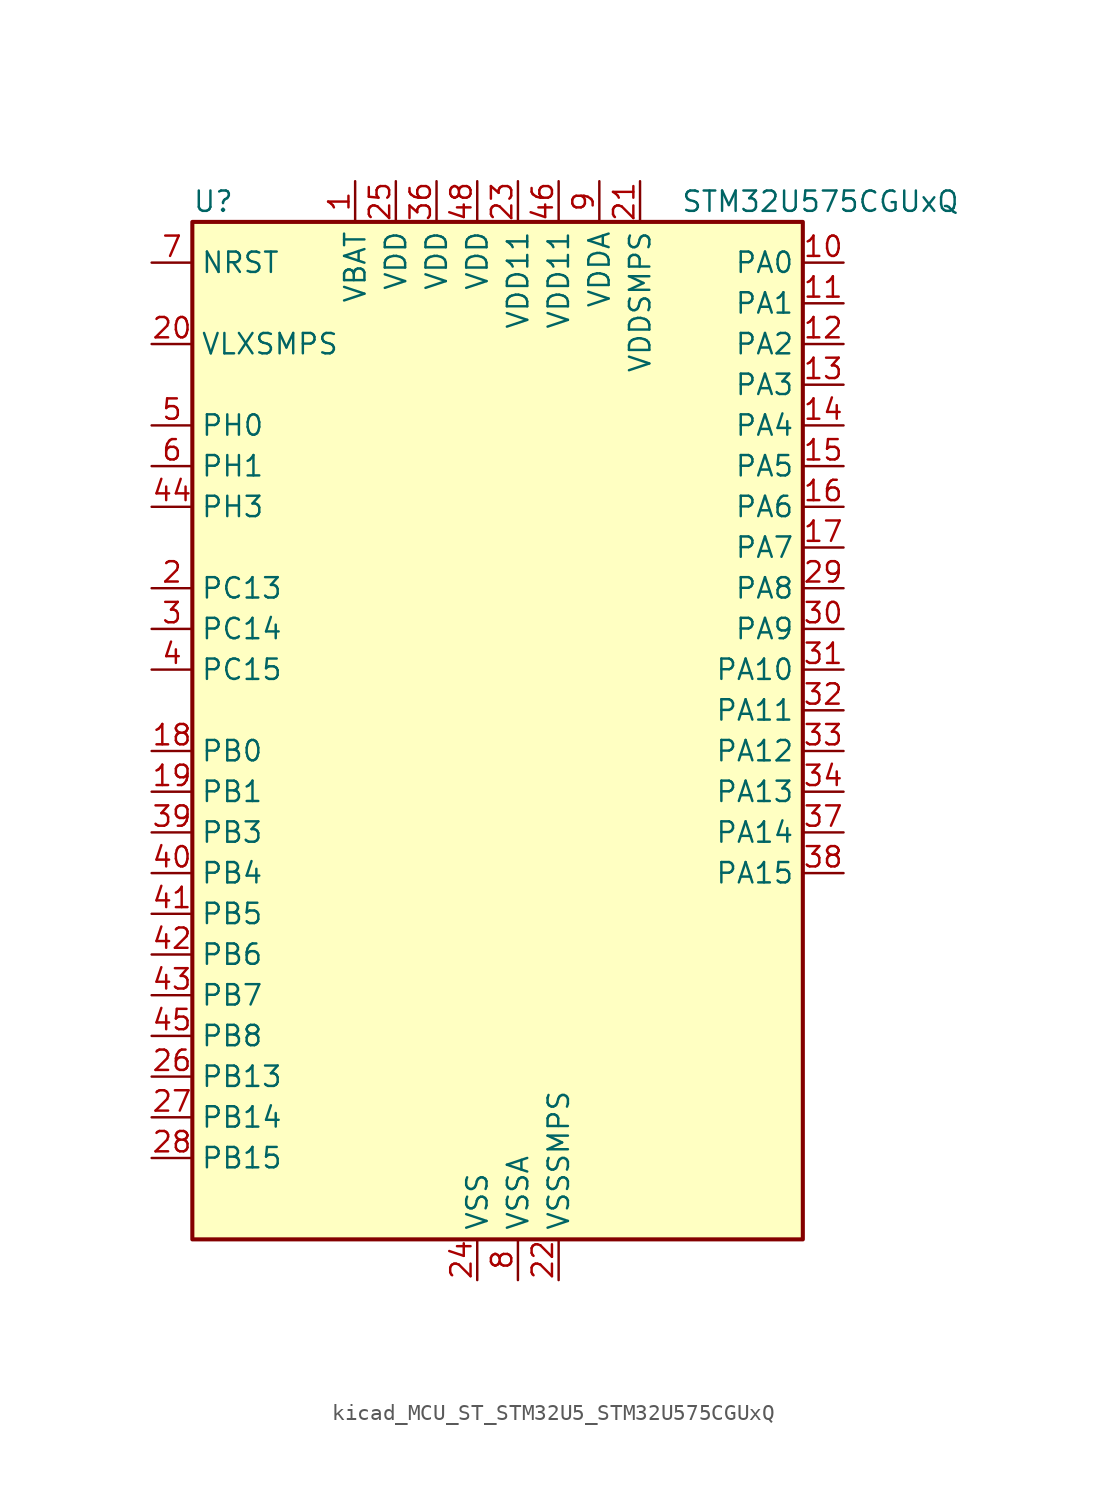
<source format=kicad_sym>
(kicad_symbol_lib
  (version 20220914)
  (generator kicad_symbol_editor)
  (symbol "kicad_MCU_ST_STM32U5_STM32U575CGUxQ"
    (property "Reference" "U"
      (at -17.78 34.29 0)
      (effects (font (size 1.27 1.27)) (justify left)))
    (property "Value" "STM32U575CGUxQ"
      (at 12.7 34.29 0)
      (effects (font (size 1.27 1.27)) (justify left)))
    (property "ki_locked" ""
      (at 0 0 0)
      (effects (font (size 1.27 1.27))))
    (symbol "kicad_MCU_ST_STM32U5_STM32U575CGUxQ_0_1"
      (rectangle (start -17.78 -30.48) (end 20.32 33.02) (stroke (width 0.254) (type default)) (fill (type background))))
    (symbol "kicad_MCU_ST_STM32U5_STM32U575CGUxQ_1_1"
      (pin power_in line (at -7.62 35.56 270) (length 2.54) (name "VBAT" (effects (font (size 1.27 1.27)))) (number "1" (effects (font (size 1.27 1.27)))))
      (pin bidirectional line (at 22.86 30.48 180) (length 2.54) (name "PA0" (effects (font (size 1.27 1.27)))) (number "10" (effects (font (size 1.27 1.27)))) (alternate "ADC1_IN5" bidirectional line) (alternate "AUDIOCLK" bidirectional line) (alternate "OCTOSPIM_P2_NCS" bidirectional line) (alternate "OPAMP1_VINP" bidirectional line) (alternate "PWR_WKUP1" bidirectional line) (alternate "SPI3_RDY" bidirectional line) (alternate "TAMP_IN2" bidirectional line) (alternate "TAMP_OUT1" bidirectional line) (alternate "TIM2_CH1" bidirectional line) (alternate "TIM2_ETR" bidirectional line) (alternate "TIM5_CH1" bidirectional line) (alternate "TIM8_ETR" bidirectional line) (alternate "UART4_TX" bidirectional line) (alternate "USART2_CTS" bidirectional line))
      (pin bidirectional line (at 22.86 27.94 180) (length 2.54) (name "PA1" (effects (font (size 1.27 1.27)))) (number "11" (effects (font (size 1.27 1.27)))) (alternate "ADC1_IN6" bidirectional line) (alternate "I2C1_SMBA" bidirectional line) (alternate "LPTIM1_CH2" bidirectional line) (alternate "OCTOSPIM_P1_DQS" bidirectional line) (alternate "OPAMP1_VINM" bidirectional line) (alternate "PWR_WKUP3" bidirectional line) (alternate "SPI1_SCK" bidirectional line) (alternate "TAMP_IN5" bidirectional line) (alternate "TAMP_OUT4" bidirectional line) (alternate "TIM15_CH1N" bidirectional line) (alternate "TIM2_CH2" bidirectional line) (alternate "TIM5_CH2" bidirectional line) (alternate "UART4_RX" bidirectional line) (alternate "USART2_DE" bidirectional line) (alternate "USART2_RTS" bidirectional line))
      (pin bidirectional line (at 22.86 25.4 180) (length 2.54) (name "PA2" (effects (font (size 1.27 1.27)))) (number "12" (effects (font (size 1.27 1.27)))) (alternate "ADC1_IN7" bidirectional line) (alternate "COMP1_INP" bidirectional line) (alternate "LPUART1_TX" bidirectional line) (alternate "OCTOSPIM_P1_NCS" bidirectional line) (alternate "PWR_WKUP4" bidirectional line) (alternate "RCC_LSCO" bidirectional line) (alternate "SPI1_RDY" bidirectional line) (alternate "TIM15_CH1" bidirectional line) (alternate "TIM2_CH3" bidirectional line) (alternate "TIM5_CH3" bidirectional line) (alternate "UCPD1_FRSTX1" bidirectional line) (alternate "USART2_TX" bidirectional line))
      (pin bidirectional line (at 22.86 22.86 180) (length 2.54) (name "PA3" (effects (font (size 1.27 1.27)))) (number "13" (effects (font (size 1.27 1.27)))) (alternate "ADC1_IN8" bidirectional line) (alternate "LPUART1_RX" bidirectional line) (alternate "OCTOSPIM_P1_CLK" bidirectional line) (alternate "OPAMP1_VOUT" bidirectional line) (alternate "PWR_WKUP5" bidirectional line) (alternate "SAI1_CK1" bidirectional line) (alternate "SAI1_MCLK_A" bidirectional line) (alternate "TIM15_CH2" bidirectional line) (alternate "TIM2_CH4" bidirectional line) (alternate "TIM5_CH4" bidirectional line) (alternate "USART2_RX" bidirectional line))
      (pin bidirectional line (at 22.86 20.32 180) (length 2.54) (name "PA4" (effects (font (size 1.27 1.27)))) (number "14" (effects (font (size 1.27 1.27)))) (alternate "ADC1_IN9" bidirectional line) (alternate "ADC4_IN9" bidirectional line) (alternate "DAC1_OUT1" bidirectional line) (alternate "LPTIM2_CH1" bidirectional line) (alternate "OCTOSPIM_P1_NCS" bidirectional line) (alternate "PWR_WKUP2" bidirectional line) (alternate "SAI1_FS_B" bidirectional line) (alternate "SPI1_NSS" bidirectional line) (alternate "SPI3_NSS" bidirectional line) (alternate "USART2_CK" bidirectional line))
      (pin bidirectional line (at 22.86 17.78 180) (length 2.54) (name "PA5" (effects (font (size 1.27 1.27)))) (number "15" (effects (font (size 1.27 1.27)))) (alternate "ADC1_IN10" bidirectional line) (alternate "ADC4_IN10" bidirectional line) (alternate "DAC1_OUT2" bidirectional line) (alternate "LPTIM2_ETR" bidirectional line) (alternate "PWR_CSLEEP" bidirectional line) (alternate "PWR_WKUP6" bidirectional line) (alternate "SPI1_SCK" bidirectional line) (alternate "TIM2_CH1" bidirectional line) (alternate "TIM2_ETR" bidirectional line) (alternate "TIM8_CH1N" bidirectional line) (alternate "USART3_RX" bidirectional line))
      (pin bidirectional line (at 22.86 15.24 180) (length 2.54) (name "PA6" (effects (font (size 1.27 1.27)))) (number "16" (effects (font (size 1.27 1.27)))) (alternate "ADC1_IN11" bidirectional line) (alternate "ADC4_IN11" bidirectional line) (alternate "LPUART1_CTS" bidirectional line) (alternate "OCTOSPIM_P1_IO3" bidirectional line) (alternate "OPAMP2_VINP" bidirectional line) (alternate "PWR_CDSTOP" bidirectional line) (alternate "PWR_WKUP7" bidirectional line) (alternate "SPI1_MISO" bidirectional line) (alternate "TIM16_CH1" bidirectional line) (alternate "TIM1_BKIN" bidirectional line) (alternate "TIM3_CH1" bidirectional line) (alternate "TIM8_BKIN" bidirectional line) (alternate "USART3_CTS" bidirectional line))
      (pin bidirectional line (at 22.86 12.7 180) (length 2.54) (name "PA7" (effects (font (size 1.27 1.27)))) (number "17" (effects (font (size 1.27 1.27)))) (alternate "ADC1_IN12" bidirectional line) (alternate "ADC4_IN20" bidirectional line) (alternate "I2C3_SCL" bidirectional line) (alternate "LPTIM2_CH2" bidirectional line) (alternate "OCTOSPIM_P1_IO2" bidirectional line) (alternate "OPAMP2_VINM" bidirectional line) (alternate "PWR_SRDSTOP" bidirectional line) (alternate "PWR_WKUP8" bidirectional line) (alternate "SPI1_MOSI" bidirectional line) (alternate "TIM17_CH1" bidirectional line) (alternate "TIM1_CH1N" bidirectional line) (alternate "TIM3_CH2" bidirectional line) (alternate "TIM8_CH1N" bidirectional line) (alternate "USART3_TX" bidirectional line))
      (pin bidirectional line (at -20.32 0 0) (length 2.54) (name "PB0" (effects (font (size 1.27 1.27)))) (number "18" (effects (font (size 1.27 1.27)))) (alternate "ADC1_IN15" bidirectional line) (alternate "ADC4_IN18" bidirectional line) (alternate "AUDIOCLK" bidirectional line) (alternate "COMP1_OUT" bidirectional line) (alternate "LPTIM3_CH1" bidirectional line) (alternate "OCTOSPIM_P1_IO1" bidirectional line) (alternate "OPAMP2_VOUT" bidirectional line) (alternate "SPI1_NSS" bidirectional line) (alternate "TIM1_CH2N" bidirectional line) (alternate "TIM3_CH3" bidirectional line) (alternate "TIM8_CH2N" bidirectional line) (alternate "USART3_CK" bidirectional line))
      (pin bidirectional line (at -20.32 -2.54 0) (length 2.54) (name "PB1" (effects (font (size 1.27 1.27)))) (number "19" (effects (font (size 1.27 1.27)))) (alternate "ADC1_IN16" bidirectional line) (alternate "ADC4_IN19" bidirectional line) (alternate "COMP1_INM" bidirectional line) (alternate "LPTIM2_IN1" bidirectional line) (alternate "LPTIM3_CH2" bidirectional line) (alternate "LPUART1_DE" bidirectional line) (alternate "LPUART1_RTS" bidirectional line) (alternate "MDF1_SDI0" bidirectional line) (alternate "OCTOSPIM_P1_IO0" bidirectional line) (alternate "PWR_WKUP4" bidirectional line) (alternate "TIM1_CH3N" bidirectional line) (alternate "TIM3_CH4" bidirectional line) (alternate "TIM8_CH3N" bidirectional line) (alternate "USART3_DE" bidirectional line) (alternate "USART3_RTS" bidirectional line))
      (pin bidirectional line (at -20.32 10.16 0) (length 2.54) (name "PC13" (effects (font (size 1.27 1.27)))) (number "2" (effects (font (size 1.27 1.27)))) (alternate "PWR_WKUP2" bidirectional line) (alternate "RTC_OUT1" bidirectional line) (alternate "RTC_TS" bidirectional line) (alternate "TAMP_IN1" bidirectional line) (alternate "TAMP_OUT2" bidirectional line))
      (pin power_in line (at -20.32 25.4 0) (length 2.54) (name "VLXSMPS" (effects (font (size 1.27 1.27)))) (number "20" (effects (font (size 1.27 1.27)))))
      (pin power_in line (at 10.16 35.56 270) (length 2.54) (name "VDDSMPS" (effects (font (size 1.27 1.27)))) (number "21" (effects (font (size 1.27 1.27)))))
      (pin power_in line (at 5.08 -33.02 90) (length 2.54) (name "VSSSMPS" (effects (font (size 1.27 1.27)))) (number "22" (effects (font (size 1.27 1.27)))))
      (pin power_in line (at 2.54 35.56 270) (length 2.54) (name "VDD11" (effects (font (size 1.27 1.27)))) (number "23" (effects (font (size 1.27 1.27)))))
      (pin power_in line (at 0 -33.02 90) (length 2.54) (name "VSS" (effects (font (size 1.27 1.27)))) (number "24" (effects (font (size 1.27 1.27)))))
      (pin power_in line (at -5.08 35.56 270) (length 2.54) (name "VDD" (effects (font (size 1.27 1.27)))) (number "25" (effects (font (size 1.27 1.27)))))
      (pin bidirectional line (at -20.32 -20.32 0) (length 2.54) (name "PB13" (effects (font (size 1.27 1.27)))) (number "26" (effects (font (size 1.27 1.27)))) (alternate "I2C2_SCL" bidirectional line) (alternate "LPTIM3_IN1" bidirectional line) (alternate "LPUART1_CTS" bidirectional line) (alternate "MDF1_CKI1" bidirectional line) (alternate "SPI2_SCK" bidirectional line) (alternate "TIM15_CH1N" bidirectional line) (alternate "TIM1_CH1N" bidirectional line) (alternate "TSC_G1_IO2" bidirectional line) (alternate "USART3_CTS" bidirectional line))
      (pin bidirectional line (at -20.32 -22.86 0) (length 2.54) (name "PB14" (effects (font (size 1.27 1.27)))) (number "27" (effects (font (size 1.27 1.27)))) (alternate "I2C2_SDA" bidirectional line) (alternate "LPTIM3_ETR" bidirectional line) (alternate "MDF1_SDI2" bidirectional line) (alternate "SPI2_MISO" bidirectional line) (alternate "TIM15_CH1" bidirectional line) (alternate "TIM1_CH2N" bidirectional line) (alternate "TIM8_CH2N" bidirectional line) (alternate "TSC_G1_IO3" bidirectional line) (alternate "UCPD1_DBCC2" bidirectional line) (alternate "USART3_DE" bidirectional line) (alternate "USART3_RTS" bidirectional line))
      (pin bidirectional line (at -20.32 -25.4 0) (length 2.54) (name "PB15" (effects (font (size 1.27 1.27)))) (number "28" (effects (font (size 1.27 1.27)))) (alternate "ADC1_EXTI15" bidirectional line) (alternate "ADC4_EXTI15" bidirectional line) (alternate "LPTIM2_IN2" bidirectional line) (alternate "MDF1_CKI2" bidirectional line) (alternate "PWR_WKUP7" bidirectional line) (alternate "RTC_REFIN" bidirectional line) (alternate "SPI2_MOSI" bidirectional line) (alternate "TIM15_CH2" bidirectional line) (alternate "TIM1_CH3N" bidirectional line) (alternate "TIM8_CH3N" bidirectional line) (alternate "UCPD1_CC2" bidirectional line))
      (pin bidirectional line (at 22.86 10.16 180) (length 2.54) (name "PA8" (effects (font (size 1.27 1.27)))) (number "29" (effects (font (size 1.27 1.27)))) (alternate "DEBUG_TRACECLK" bidirectional line) (alternate "LPTIM2_CH1" bidirectional line) (alternate "RCC_MCO" bidirectional line) (alternate "SAI1_CK2" bidirectional line) (alternate "SAI1_SCK_A" bidirectional line) (alternate "SPI1_RDY" bidirectional line) (alternate "TIM1_CH1" bidirectional line) (alternate "USART1_CK" bidirectional line) (alternate "USB_OTG_FS_SOF" bidirectional line))
      (pin bidirectional line (at -20.32 7.62 0) (length 2.54) (name "PC14" (effects (font (size 1.27 1.27)))) (number "3" (effects (font (size 1.27 1.27)))) (alternate "RCC_OSC32_IN" bidirectional line))
      (pin bidirectional line (at 22.86 7.62 180) (length 2.54) (name "PA9" (effects (font (size 1.27 1.27)))) (number "30" (effects (font (size 1.27 1.27)))) (alternate "DAC1_EXTI9" bidirectional line) (alternate "SAI1_FS_A" bidirectional line) (alternate "SPI2_SCK" bidirectional line) (alternate "TIM15_BKIN" bidirectional line) (alternate "TIM1_CH2" bidirectional line) (alternate "USART1_TX" bidirectional line) (alternate "USB_OTG_FS_VBUS" bidirectional line))
      (pin bidirectional line (at 22.86 5.08 180) (length 2.54) (name "PA10" (effects (font (size 1.27 1.27)))) (number "31" (effects (font (size 1.27 1.27)))) (alternate "CRS_SYNC" bidirectional line) (alternate "LPTIM2_IN2" bidirectional line) (alternate "SAI1_D1" bidirectional line) (alternate "SAI1_SD_A" bidirectional line) (alternate "TIM17_BKIN" bidirectional line) (alternate "TIM1_CH3" bidirectional line) (alternate "USART1_RX" bidirectional line) (alternate "USB_OTG_FS_ID" bidirectional line))
      (pin bidirectional line (at 22.86 2.54 180) (length 2.54) (name "PA11" (effects (font (size 1.27 1.27)))) (number "32" (effects (font (size 1.27 1.27)))) (alternate "ADC1_EXTI11" bidirectional line) (alternate "FDCAN1_RX" bidirectional line) (alternate "SPI1_MISO" bidirectional line) (alternate "TIM1_BKIN2" bidirectional line) (alternate "TIM1_CH4" bidirectional line) (alternate "USART1_CTS" bidirectional line) (alternate "USB_OTG_FS_DM" bidirectional line))
      (pin bidirectional line (at 22.86 0 180) (length 2.54) (name "PA12" (effects (font (size 1.27 1.27)))) (number "33" (effects (font (size 1.27 1.27)))) (alternate "FDCAN1_TX" bidirectional line) (alternate "OCTOSPIM_P2_NCS" bidirectional line) (alternate "SPI1_MOSI" bidirectional line) (alternate "TIM1_ETR" bidirectional line) (alternate "USART1_DE" bidirectional line) (alternate "USART1_RTS" bidirectional line) (alternate "USB_OTG_FS_DP" bidirectional line))
      (pin bidirectional line (at 22.86 -2.54 180) (length 2.54) (name "PA13" (effects (font (size 1.27 1.27)))) (number "34" (effects (font (size 1.27 1.27)))) (alternate "DEBUG_JTMS-SWDIO" bidirectional line) (alternate "IR_OUT" bidirectional line) (alternate "SAI1_SD_B" bidirectional line) (alternate "USB_OTG_FS_NOE" bidirectional line))
      (pin passive line (at 0 -33.02 90) (length 2.54) hide (name "VSS" (effects (font (size 1.27 1.27)))) (number "35" (effects (font (size 1.27 1.27)))))
      (pin power_in line (at -2.54 35.56 270) (length 2.54) (name "VDD" (effects (font (size 1.27 1.27)))) (number "36" (effects (font (size 1.27 1.27)))))
      (pin bidirectional line (at 22.86 -5.08 180) (length 2.54) (name "PA14" (effects (font (size 1.27 1.27)))) (number "37" (effects (font (size 1.27 1.27)))) (alternate "DEBUG_JTCK-SWCLK" bidirectional line) (alternate "I2C1_SMBA" bidirectional line) (alternate "I2C4_SMBA" bidirectional line) (alternate "LPTIM1_CH1" bidirectional line) (alternate "SAI1_FS_B" bidirectional line) (alternate "USB_OTG_FS_SOF" bidirectional line))
      (pin bidirectional line (at 22.86 -7.62 180) (length 2.54) (name "PA15" (effects (font (size 1.27 1.27)))) (number "38" (effects (font (size 1.27 1.27)))) (alternate "ADC1_EXTI15" bidirectional line) (alternate "ADC4_EXTI15" bidirectional line) (alternate "DEBUG_JTDI" bidirectional line) (alternate "SPI1_NSS" bidirectional line) (alternate "SPI3_NSS" bidirectional line) (alternate "TIM2_CH1" bidirectional line) (alternate "TIM2_ETR" bidirectional line) (alternate "UART4_DE" bidirectional line) (alternate "UART4_RTS" bidirectional line) (alternate "UCPD1_CC1" bidirectional line) (alternate "USART2_RX" bidirectional line) (alternate "USART3_DE" bidirectional line) (alternate "USART3_RTS" bidirectional line))
      (pin bidirectional line (at -20.32 -5.08 0) (length 2.54) (name "PB3" (effects (font (size 1.27 1.27)))) (number "39" (effects (font (size 1.27 1.27)))) (alternate "ADF1_CCK0" bidirectional line) (alternate "COMP2_INM" bidirectional line) (alternate "CRS_SYNC" bidirectional line) (alternate "DEBUG_JTDO-SWO" bidirectional line) (alternate "I2C1_SDA" bidirectional line) (alternate "LPTIM1_CH1" bidirectional line) (alternate "SAI1_SCK_B" bidirectional line) (alternate "SPI1_SCK" bidirectional line) (alternate "SPI3_SCK" bidirectional line) (alternate "TIM2_CH2" bidirectional line) (alternate "USART1_DE" bidirectional line) (alternate "USART1_RTS" bidirectional line))
      (pin bidirectional line (at -20.32 5.08 0) (length 2.54) (name "PC15" (effects (font (size 1.27 1.27)))) (number "4" (effects (font (size 1.27 1.27)))) (alternate "ADC1_EXTI15" bidirectional line) (alternate "ADC4_EXTI15" bidirectional line) (alternate "RCC_OSC32_OUT" bidirectional line))
      (pin bidirectional line (at -20.32 -7.62 0) (length 2.54) (name "PB4" (effects (font (size 1.27 1.27)))) (number "40" (effects (font (size 1.27 1.27)))) (alternate "ADF1_SDI0" bidirectional line) (alternate "COMP2_INP" bidirectional line) (alternate "DEBUG_JTRST" bidirectional line) (alternate "I2C3_SDA" bidirectional line) (alternate "LPTIM1_CH2" bidirectional line) (alternate "SAI1_MCLK_B" bidirectional line) (alternate "SPI1_MISO" bidirectional line) (alternate "SPI3_MISO" bidirectional line) (alternate "TIM17_BKIN" bidirectional line) (alternate "TIM3_CH1" bidirectional line) (alternate "TSC_G2_IO1" bidirectional line) (alternate "USART1_CTS" bidirectional line))
      (pin bidirectional line (at -20.32 -10.16 0) (length 2.54) (name "PB5" (effects (font (size 1.27 1.27)))) (number "41" (effects (font (size 1.27 1.27)))) (alternate "COMP2_OUT" bidirectional line) (alternate "I2C1_SMBA" bidirectional line) (alternate "LPTIM1_IN1" bidirectional line) (alternate "OCTOSPIM_P1_NCLK" bidirectional line) (alternate "PWR_WKUP6" bidirectional line) (alternate "SAI1_SD_B" bidirectional line) (alternate "SPI1_MOSI" bidirectional line) (alternate "SPI3_MOSI" bidirectional line) (alternate "TIM16_BKIN" bidirectional line) (alternate "TIM3_CH2" bidirectional line) (alternate "TSC_G2_IO2" bidirectional line) (alternate "UCPD1_DBCC1" bidirectional line) (alternate "USART1_CK" bidirectional line))
      (pin bidirectional line (at -20.32 -12.7 0) (length 2.54) (name "PB6" (effects (font (size 1.27 1.27)))) (number "42" (effects (font (size 1.27 1.27)))) (alternate "COMP2_INP" bidirectional line) (alternate "I2C1_SCL" bidirectional line) (alternate "I2C4_SCL" bidirectional line) (alternate "LPTIM1_ETR" bidirectional line) (alternate "MDF1_SDI5" bidirectional line) (alternate "PWR_WKUP3" bidirectional line) (alternate "SAI1_FS_B" bidirectional line) (alternate "TIM16_CH1N" bidirectional line) (alternate "TIM4_CH1" bidirectional line) (alternate "TIM8_BKIN2" bidirectional line) (alternate "TSC_G2_IO3" bidirectional line) (alternate "USART1_TX" bidirectional line))
      (pin bidirectional line (at -20.32 -15.24 0) (length 2.54) (name "PB7" (effects (font (size 1.27 1.27)))) (number "43" (effects (font (size 1.27 1.27)))) (alternate "COMP2_INM" bidirectional line) (alternate "I2C1_SDA" bidirectional line) (alternate "I2C4_SDA" bidirectional line) (alternate "LPTIM1_IN2" bidirectional line) (alternate "MDF1_CKI5" bidirectional line) (alternate "PWR_PVD_IN" bidirectional line) (alternate "PWR_WKUP4" bidirectional line) (alternate "TIM17_CH1N" bidirectional line) (alternate "TIM4_CH2" bidirectional line) (alternate "TIM8_BKIN" bidirectional line) (alternate "TSC_G2_IO4" bidirectional line) (alternate "UART4_CTS" bidirectional line) (alternate "USART1_RX" bidirectional line))
      (pin bidirectional line (at -20.32 15.24 0) (length 2.54) (name "PH3" (effects (font (size 1.27 1.27)))) (number "44" (effects (font (size 1.27 1.27)))))
      (pin bidirectional line (at -20.32 -17.78 0) (length 2.54) (name "PB8" (effects (font (size 1.27 1.27)))) (number "45" (effects (font (size 1.27 1.27)))) (alternate "FDCAN1_RX" bidirectional line) (alternate "I2C1_SCL" bidirectional line) (alternate "MDF1_CCK0" bidirectional line) (alternate "PWR_WKUP5" bidirectional line) (alternate "SAI1_CK1" bidirectional line) (alternate "SAI1_MCLK_A" bidirectional line) (alternate "SPI3_RDY" bidirectional line) (alternate "TIM16_CH1" bidirectional line) (alternate "TIM4_CH3" bidirectional line))
      (pin power_in line (at 5.08 35.56 270) (length 2.54) (name "VDD11" (effects (font (size 1.27 1.27)))) (number "46" (effects (font (size 1.27 1.27)))))
      (pin passive line (at 0 -33.02 90) (length 2.54) hide (name "VSS" (effects (font (size 1.27 1.27)))) (number "47" (effects (font (size 1.27 1.27)))))
      (pin power_in line (at 0 35.56 270) (length 2.54) (name "VDD" (effects (font (size 1.27 1.27)))) (number "48" (effects (font (size 1.27 1.27)))))
      (pin passive line (at 0 -33.02 90) (length 2.54) hide (name "VSS" (effects (font (size 1.27 1.27)))) (number "49" (effects (font (size 1.27 1.27)))))
      (pin bidirectional line (at -20.32 20.32 0) (length 2.54) (name "PH0" (effects (font (size 1.27 1.27)))) (number "5" (effects (font (size 1.27 1.27)))) (alternate "RCC_OSC_IN" bidirectional line))
      (pin bidirectional line (at -20.32 17.78 0) (length 2.54) (name "PH1" (effects (font (size 1.27 1.27)))) (number "6" (effects (font (size 1.27 1.27)))) (alternate "RCC_OSC_OUT" bidirectional line))
      (pin input line (at -20.32 30.48 0) (length 2.54) (name "NRST" (effects (font (size 1.27 1.27)))) (number "7" (effects (font (size 1.27 1.27)))))
      (pin power_in line (at 2.54 -33.02 90) (length 2.54) (name "VSSA" (effects (font (size 1.27 1.27)))) (number "8" (effects (font (size 1.27 1.27)))))
      (pin power_in line (at 7.62 35.56 270) (length 2.54) (name "VDDA" (effects (font (size 1.27 1.27)))) (number "9" (effects (font (size 1.27 1.27))))))))
</source>
